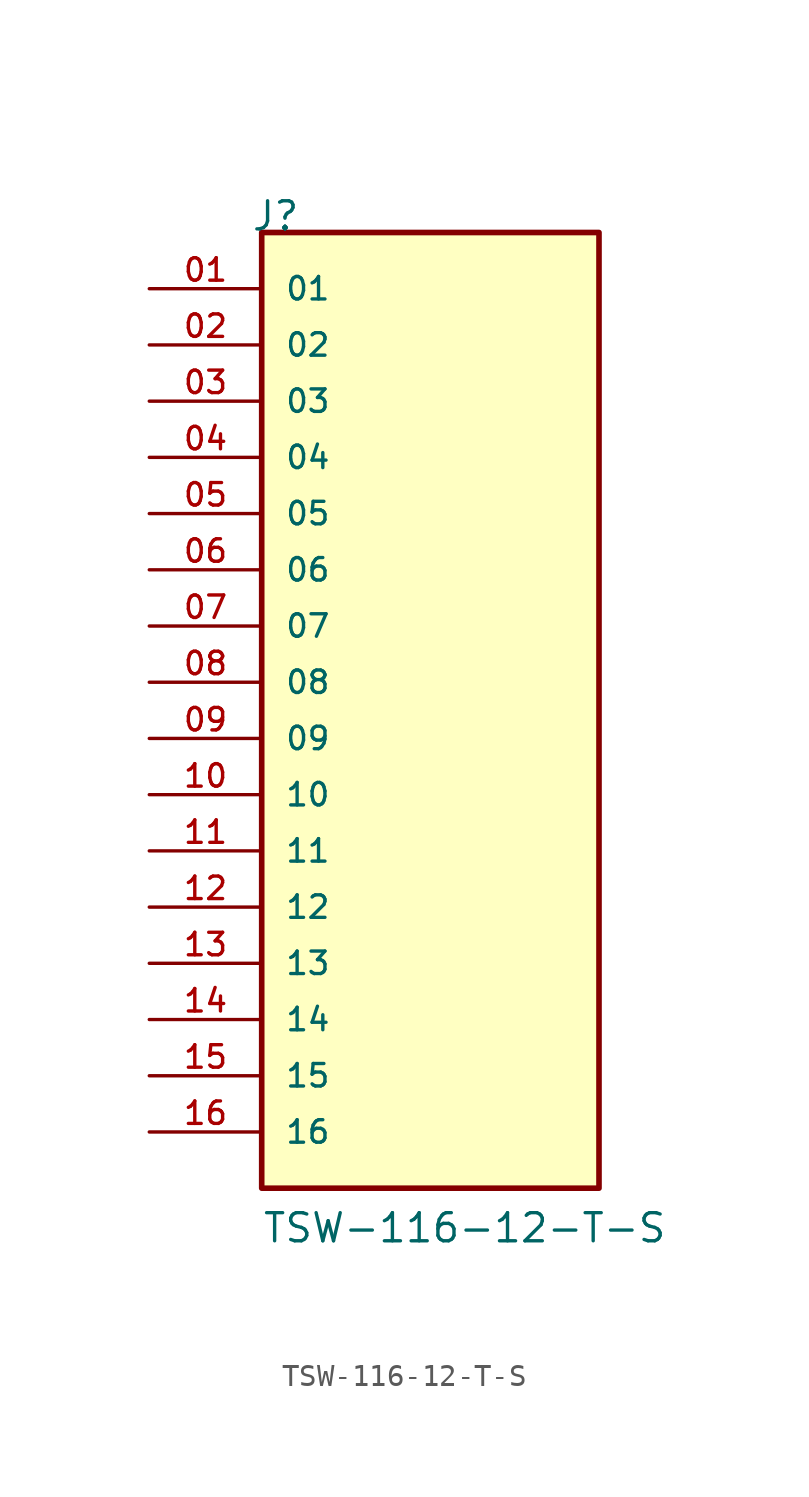
<source format=kicad_sym>
(kicad_symbol_lib
  (version 20211014)
  (generator kicad_symbol_editor)
  (symbol "TSW-116-12-T-S"
    (pin_names
      (offset 1.016))
    (property "Reference" "J"
      (at -8.12 22.86 0)
      (effects (font (size 1.27 1.27)) (justify bottom left)))
    (property "Value" "TSW-116-12-T-S"
      (at -7.62 -22.86 0)
      (effects (font (size 1.27 1.27)) (justify bottom left)))
    (symbol "TSW-116-12-T-S_0_0"
      (rectangle (start -7.62 -20.32) (end 7.62 22.86) (stroke (width 0.254)) (fill (type background)))
      (pin passive line (at -12.7 20.32 0) (length 5.08) (name "01" (effects (font (size 1.016 1.016)))) (number "01" (effects (font (size 1.016 1.016)))))
      (pin passive line (at -12.7 17.78 0) (length 5.08) (name "02" (effects (font (size 1.016 1.016)))) (number "02" (effects (font (size 1.016 1.016)))))
      (pin passive line (at -12.7 15.24 0) (length 5.08) (name "03" (effects (font (size 1.016 1.016)))) (number "03" (effects (font (size 1.016 1.016)))))
      (pin passive line (at -12.7 12.7 0) (length 5.08) (name "04" (effects (font (size 1.016 1.016)))) (number "04" (effects (font (size 1.016 1.016)))))
      (pin passive line (at -12.7 10.16 0) (length 5.08) (name "05" (effects (font (size 1.016 1.016)))) (number "05" (effects (font (size 1.016 1.016)))))
      (pin passive line (at -12.7 7.62 0) (length 5.08) (name "06" (effects (font (size 1.016 1.016)))) (number "06" (effects (font (size 1.016 1.016)))))
      (pin passive line (at -12.7 5.08 0) (length 5.08) (name "07" (effects (font (size 1.016 1.016)))) (number "07" (effects (font (size 1.016 1.016)))))
      (pin passive line (at -12.7 2.54 0) (length 5.08) (name "08" (effects (font (size 1.016 1.016)))) (number "08" (effects (font (size 1.016 1.016)))))
      (pin passive line (at -12.7 0.0 0) (length 5.08) (name "09" (effects (font (size 1.016 1.016)))) (number "09" (effects (font (size 1.016 1.016)))))
      (pin passive line (at -12.7 -2.54 0) (length 5.08) (name "10" (effects (font (size 1.016 1.016)))) (number "10" (effects (font (size 1.016 1.016)))))
      (pin passive line (at -12.7 -5.08 0) (length 5.08) (name "11" (effects (font (size 1.016 1.016)))) (number "11" (effects (font (size 1.016 1.016)))))
      (pin passive line (at -12.7 -7.62 0) (length 5.08) (name "12" (effects (font (size 1.016 1.016)))) (number "12" (effects (font (size 1.016 1.016)))))
      (pin passive line (at -12.7 -10.16 0) (length 5.08) (name "13" (effects (font (size 1.016 1.016)))) (number "13" (effects (font (size 1.016 1.016)))))
      (pin passive line (at -12.7 -12.7 0) (length 5.08) (name "14" (effects (font (size 1.016 1.016)))) (number "14" (effects (font (size 1.016 1.016)))))
      (pin passive line (at -12.7 -15.24 0) (length 5.08) (name "15" (effects (font (size 1.016 1.016)))) (number "15" (effects (font (size 1.016 1.016)))))
      (pin passive line (at -12.7 -17.78 0) (length 5.08) (name "16" (effects (font (size 1.016 1.016)))) (number "16" (effects (font (size 1.016 1.016))))))))
</source>
